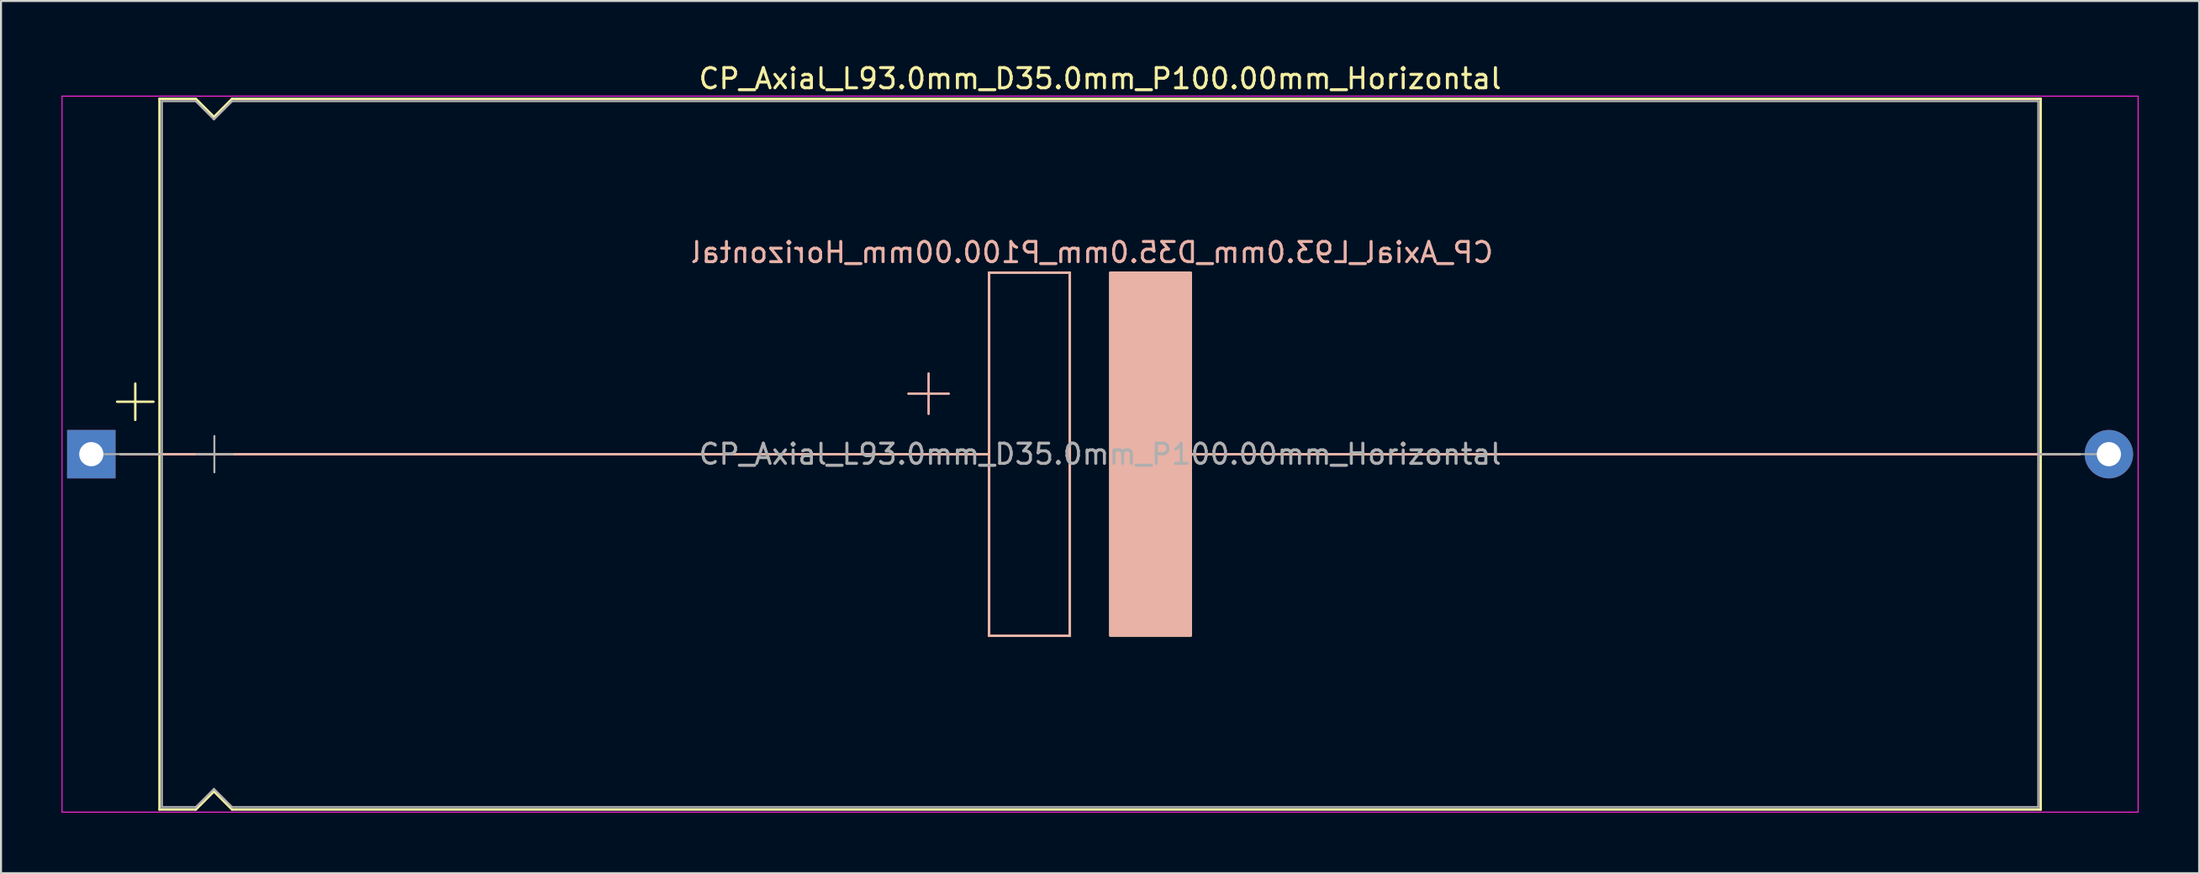
<source format=kicad_pcb>
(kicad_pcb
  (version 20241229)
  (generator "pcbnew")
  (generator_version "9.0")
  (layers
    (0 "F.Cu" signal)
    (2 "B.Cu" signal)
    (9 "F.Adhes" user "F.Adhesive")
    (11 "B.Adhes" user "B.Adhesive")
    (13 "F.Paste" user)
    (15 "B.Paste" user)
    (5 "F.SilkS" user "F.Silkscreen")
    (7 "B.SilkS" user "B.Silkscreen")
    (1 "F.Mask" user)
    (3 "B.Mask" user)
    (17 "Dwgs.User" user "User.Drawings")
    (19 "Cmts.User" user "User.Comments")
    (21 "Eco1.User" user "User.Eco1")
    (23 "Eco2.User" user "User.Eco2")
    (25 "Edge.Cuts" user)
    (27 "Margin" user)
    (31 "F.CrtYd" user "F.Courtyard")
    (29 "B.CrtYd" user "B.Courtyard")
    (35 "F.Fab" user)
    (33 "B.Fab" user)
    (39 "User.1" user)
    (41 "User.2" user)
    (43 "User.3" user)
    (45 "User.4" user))
  (footprint "CP_Axial_L93.0mm_D35.0mm_P100.00mm_Horizontal"
    (layer "F.Cu")
    (at 1.475 19.468)
    (property "Reference" "CP_Axial_L93.0mm_D35.0mm_P100.00mm_Horizontal" (at 50 -18.62 0) (layer "F.SilkS") (effects (font (size 1 1) (thickness 0.15))))
    (fp_line (start 1.28 -2.6) (end 3.08 -2.6) (stroke (width 0.12) (type solid)) (layer "F.SilkS"))
    (fp_line (start 1.44 0) (end 3.38 0) (stroke (width 0.12) (type solid)) (layer "F.SilkS"))
    (fp_line (start 2.18 -3.5) (end 2.18 -1.7) (stroke (width 0.12) (type solid)) (layer "F.SilkS"))
    (fp_line (start 3.38 -17.62) (end 3.38 17.62) (stroke (width 0.12) (type solid)) (layer "F.SilkS"))
    (fp_line (start 3.38 -17.62) (end 5.18 -17.62) (stroke (width 0.12) (type solid)) (layer "F.SilkS"))
    (fp_line (start 3.38 0) (end 44.5 0) (stroke (width 0.12) (type solid)) (layer "F.SilkS"))
    (fp_line (start 3.38 17.62) (end 5.18 17.62) (stroke (width 0.12) (type solid)) (layer "F.SilkS"))
    (fp_line (start 5.18 -17.62) (end 6.08 -16.72) (stroke (width 0.12) (type solid)) (layer "F.SilkS"))
    (fp_line (start 5.18 17.62) (end 6.08 16.72) (stroke (width 0.12) (type solid)) (layer "F.SilkS"))
    (fp_line (start 6.08 -16.72) (end 6.98 -17.62) (stroke (width 0.12) (type solid)) (layer "F.SilkS"))
    (fp_line (start 6.08 16.72) (end 6.98 17.62) (stroke (width 0.12) (type solid)) (layer "F.SilkS"))
    (fp_line (start 6.98 -17.62) (end 96.62 -17.62) (stroke (width 0.12) (type solid)) (layer "F.SilkS"))
    (fp_line (start 6.98 17.62) (end 96.62 17.62) (stroke (width 0.12) (type solid)) (layer "F.SilkS"))
    (fp_line (start 44.5 -9) (end 48.5 -9) (stroke (width 0.12) (type solid)) (layer "F.SilkS"))
    (fp_line (start 44.5 9) (end 44.5 -9) (stroke (width 0.12) (type solid)) (layer "F.SilkS"))
    (fp_line (start 48.5 -9) (end 48.5 9) (stroke (width 0.12) (type solid)) (layer "F.SilkS"))
    (fp_line (start 48.5 9) (end 44.5 9) (stroke (width 0.12) (type solid)) (layer "F.SilkS"))
    (fp_line (start 54.5 0) (end 96.62 0) (stroke (width 0.12) (type solid)) (layer "F.SilkS"))
    (fp_line (start 96.62 -17.62) (end 96.62 17.62) (stroke (width 0.12) (type solid)) (layer "F.SilkS"))
    (fp_line (start 98.56 0) (end 96.62 0) (stroke (width 0.12) (type solid)) (layer "F.SilkS"))
    (fp_poly (pts (xy 54.5 9) (xy 50.5 9) (xy 50.5 -9) (xy 54.5 -9)) (stroke (width 0.1) (type solid)) (fill yes) (layer "F.SilkS"))
    (fp_line (start 1.5 0) (end 16.38 0) (stroke (width 0.12) (type solid)) (layer "B.SilkS"))
    (fp_line (start 16.38 0) (end 44.5 0) (stroke (width 0.12) (type solid)) (layer "B.SilkS"))
    (fp_line (start 41.5 -2) (end 41.5 -4) (stroke (width 0.12) (type solid)) (layer "B.SilkS"))
    (fp_line (start 42.5 -3) (end 40.5 -3) (stroke (width 0.12) (type solid)) (layer "B.SilkS"))
    (fp_line (start 44.5 -9) (end 48.5 -9) (stroke (width 0.12) (type solid)) (layer "B.SilkS"))
    (fp_line (start 44.5 9) (end 44.5 -9) (stroke (width 0.12) (type solid)) (layer "B.SilkS"))
    (fp_line (start 48.5 -9) (end 48.5 9) (stroke (width 0.12) (type solid)) (layer "B.SilkS"))
    (fp_line (start 48.5 9) (end 44.5 9) (stroke (width 0.12) (type solid)) (layer "B.SilkS"))
    (fp_line (start 54.5 0) (end 83.62 0) (stroke (width 0.12) (type solid)) (layer "B.SilkS"))
    (fp_line (start 98.5 0) (end 83.62 0) (stroke (width 0.12) (type solid)) (layer "B.SilkS"))
    (fp_poly (pts (xy 54.5 9) (xy 50.5 9) (xy 50.5 -9) (xy 54.5 -9)) (stroke (width 0.1) (type solid)) (fill yes) (layer "B.SilkS"))
    (fp_line (start -1.45 -17.75) (end -1.45 17.75) (stroke (width 0.05) (type solid)) (layer "F.CrtYd"))
    (fp_line (start -1.45 17.75) (end 101.45 17.75) (stroke (width 0.05) (type solid)) (layer "F.CrtYd"))
    (fp_line (start 101.45 -17.75) (end -1.45 -17.75) (stroke (width 0.05) (type solid)) (layer "F.CrtYd"))
    (fp_line (start 101.45 17.75) (end 101.45 -17.75) (stroke (width 0.05) (type solid)) (layer "F.CrtYd"))
    (fp_line (start 0 0) (end 3.5 0) (stroke (width 0.1) (type solid)) (layer "F.Fab"))
    (fp_line (start 3.5 -17.5) (end 3.5 17.5) (stroke (width 0.1) (type solid)) (layer "F.Fab"))
    (fp_line (start 3.5 -17.5) (end 5.18 -17.5) (stroke (width 0.1) (type solid)) (layer "F.Fab"))
    (fp_line (start 3.5 17.5) (end 5.18 17.5) (stroke (width 0.1) (type solid)) (layer "F.Fab"))
    (fp_line (start 5.18 -17.5) (end 6.08 -16.6) (stroke (width 0.1) (type solid)) (layer "F.Fab"))
    (fp_line (start 5.18 17.5) (end 6.08 16.6) (stroke (width 0.1) (type solid)) (layer "F.Fab"))
    (fp_line (start 5.2 0) (end 7 0) (stroke (width 0.1) (type solid)) (layer "F.Fab"))
    (fp_line (start 6.08 -16.6) (end 6.98 -17.5) (stroke (width 0.1) (type solid)) (layer "F.Fab"))
    (fp_line (start 6.08 16.6) (end 6.98 17.5) (stroke (width 0.1) (type solid)) (layer "F.Fab"))
    (fp_line (start 6.1 -0.9) (end 6.1 0.9) (stroke (width 0.1) (type solid)) (layer "F.Fab"))
    (fp_line (start 6.98 -17.5) (end 96.5 -17.5) (stroke (width 0.1) (type solid)) (layer "F.Fab"))
    (fp_line (start 6.98 17.5) (end 96.5 17.5) (stroke (width 0.1) (type solid)) (layer "F.Fab"))
    (fp_line (start 96.5 -17.5) (end 96.5 17.5) (stroke (width 0.1) (type solid)) (layer "F.Fab"))
    (fp_line (start 100 0) (end 96.5 0) (stroke (width 0.1) (type solid)) (layer "F.Fab"))
    (fp_text user "${REFERENCE}" (at 49.6 -10 0) (layer "B.SilkS") (effects (font (size 1 1) (thickness 0.15)) (justify mirror)))
    (fp_text user "${REFERENCE}" (at 50 0 0) (layer "F.Fab") (effects (font (size 1 1) (thickness 0.15))))
    (pad "1" thru_hole rect (at 0 0) (size 2.4 2.4) (drill 1.2) (layers "*.Cu" "*.Mask"))
    (pad "2" thru_hole oval (at 100 0) (size 2.4 2.4) (drill 1.2) (layers "*.Cu" "*.Mask")))
  (gr_rect
    (start -3 -3)
    (end 105.95 40.243)
    (stroke (width 0.1) (type default))
    (fill no)
    (layer "Edge.Cuts")))
</source>
